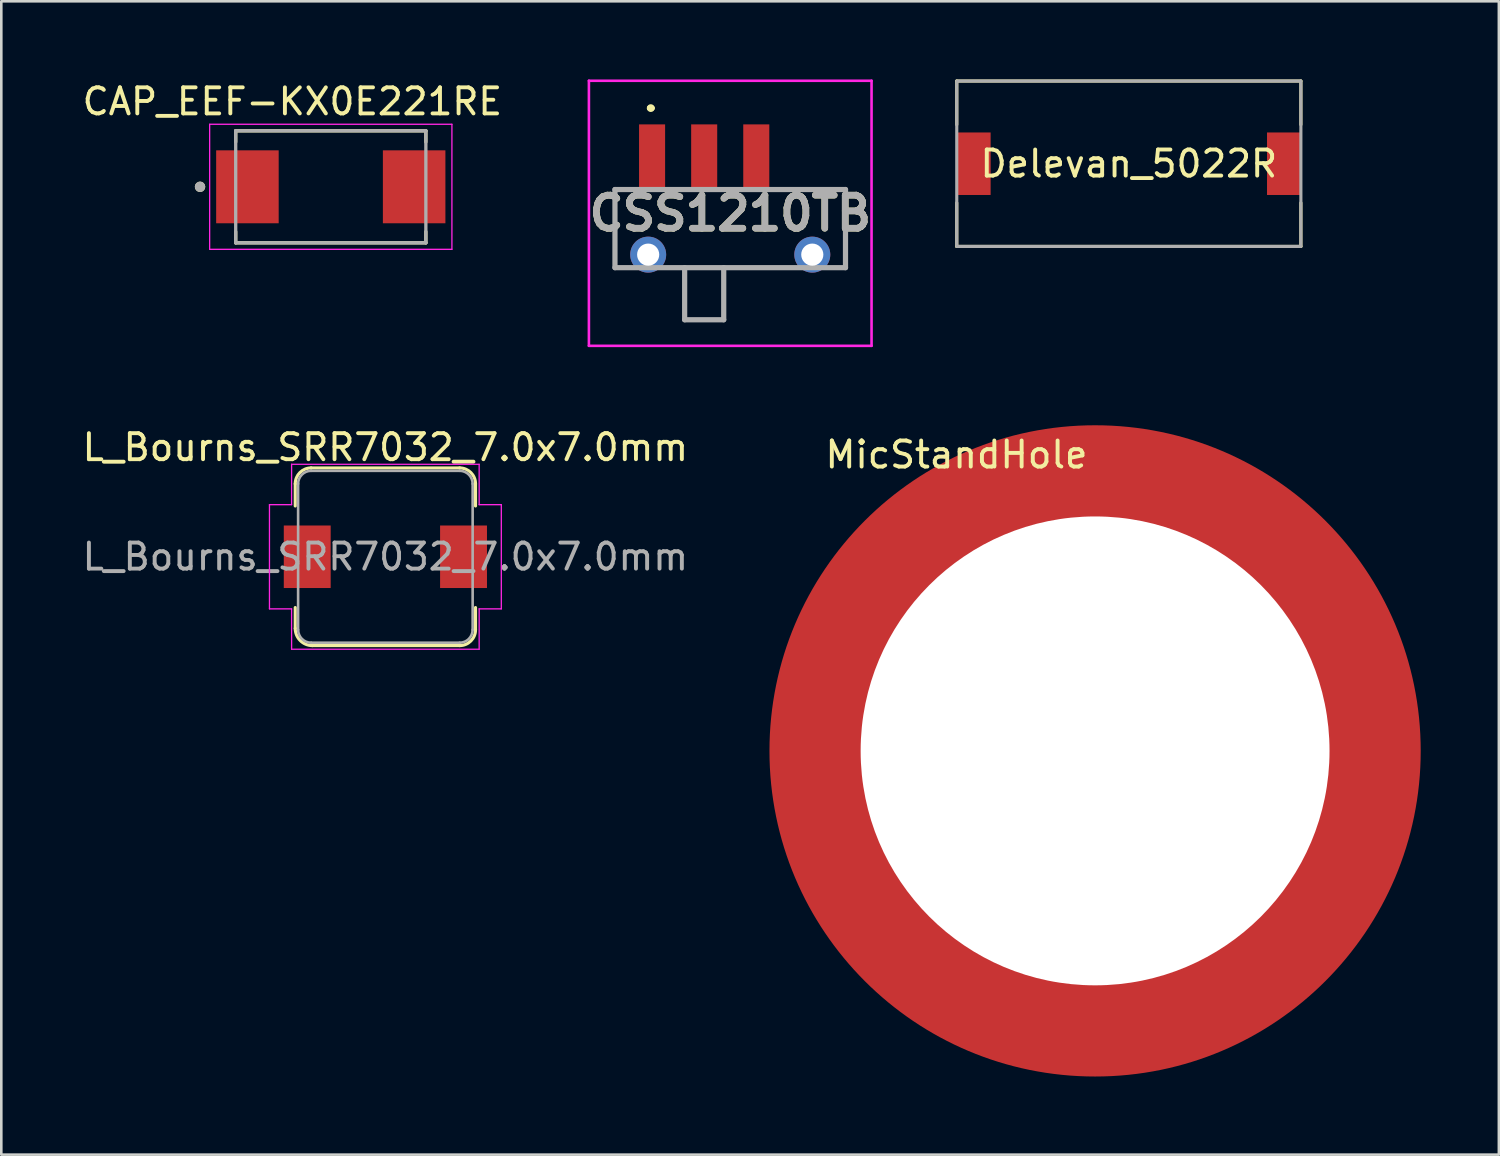
<source format=kicad_pcb>
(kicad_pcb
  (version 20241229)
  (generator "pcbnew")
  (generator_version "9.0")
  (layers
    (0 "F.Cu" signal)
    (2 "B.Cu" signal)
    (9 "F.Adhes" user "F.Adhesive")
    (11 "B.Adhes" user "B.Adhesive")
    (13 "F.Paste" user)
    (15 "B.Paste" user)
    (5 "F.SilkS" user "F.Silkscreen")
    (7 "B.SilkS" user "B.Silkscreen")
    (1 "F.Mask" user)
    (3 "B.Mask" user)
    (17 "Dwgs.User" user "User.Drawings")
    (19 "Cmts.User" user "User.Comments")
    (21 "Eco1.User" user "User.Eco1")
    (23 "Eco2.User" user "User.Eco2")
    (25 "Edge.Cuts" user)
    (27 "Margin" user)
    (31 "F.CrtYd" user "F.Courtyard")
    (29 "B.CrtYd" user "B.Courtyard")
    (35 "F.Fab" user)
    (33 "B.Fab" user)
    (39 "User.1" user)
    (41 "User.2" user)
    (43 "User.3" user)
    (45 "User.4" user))
  (footprint "L_Bourns_SRR7032_7.0x7.0mm"
    (layer "F.Cu")
    (at 11.744 18.323)
    (property "Reference" "L_Bourns_SRR7032_7.0x7.0mm" (at 0 -4.2 0) (layer "F.SilkS") (effects (font (size 1 1) (thickness 0.15))))
    (attr smd)
    (fp_line (start -3.46 -1.95) (end -3.46 -2.8) (stroke (width 0.12) (type solid)) (layer "F.SilkS"))
    (fp_line (start -3.46 2.75) (end -3.46 1.95) (stroke (width 0.12) (type solid)) (layer "F.SilkS"))
    (fp_line (start -2.85 -3.41) (end 2.85 -3.41) (stroke (width 0.12) (type solid)) (layer "F.SilkS"))
    (fp_line (start 2.85 3.41) (end -2.8 3.41) (stroke (width 0.12) (type solid)) (layer "F.SilkS"))
    (fp_line (start 3.46 -2.8) (end 3.46 -1.95) (stroke (width 0.12) (type solid)) (layer "F.SilkS"))
    (fp_line (start 3.46 1.95) (end 3.46 2.8) (stroke (width 0.12) (type solid)) (layer "F.SilkS"))
    (fp_arc (start -3.46 -2.8) (mid -3.281335 -3.231335) (end -2.85 -3.41) (stroke (width 0.12) (type solid)) (layer "F.SilkS"))
    (fp_arc (start -2.8 3.41) (mid -3.26669 3.21669) (end -3.46 2.75) (stroke (width 0.12) (type solid)) (layer "F.SilkS"))
    (fp_arc (start 2.85 -3.41) (mid 3.281335 -3.231335) (end 3.46 -2.8) (stroke (width 0.12) (type solid)) (layer "F.SilkS"))
    (fp_arc (start 3.46 2.8) (mid 3.281335 3.231335) (end 2.85 3.41) (stroke (width 0.12) (type solid)) (layer "F.SilkS"))
    (fp_line (start -4.45 -2) (end -3.6 -2) (stroke (width 0.05) (type solid)) (layer "F.CrtYd"))
    (fp_line (start -4.45 2) (end -4.45 -2) (stroke (width 0.05) (type solid)) (layer "F.CrtYd"))
    (fp_line (start -3.6 -3.55) (end 3.6 -3.55) (stroke (width 0.05) (type solid)) (layer "F.CrtYd"))
    (fp_line (start -3.6 -2) (end -3.6 -3.55) (stroke (width 0.05) (type solid)) (layer "F.CrtYd"))
    (fp_line (start -3.6 2) (end -4.45 2) (stroke (width 0.05) (type solid)) (layer "F.CrtYd"))
    (fp_line (start -3.6 3.55) (end -3.6 2) (stroke (width 0.05) (type solid)) (layer "F.CrtYd"))
    (fp_line (start 3.6 -3.55) (end 3.6 -2) (stroke (width 0.05) (type solid)) (layer "F.CrtYd"))
    (fp_line (start 3.6 -2) (end 4.45 -2) (stroke (width 0.05) (type solid)) (layer "F.CrtYd"))
    (fp_line (start 3.6 2) (end 3.6 3.55) (stroke (width 0.05) (type solid)) (layer "F.CrtYd"))
    (fp_line (start 3.6 3.55) (end -3.6 3.55) (stroke (width 0.05) (type solid)) (layer "F.CrtYd"))
    (fp_line (start 4.45 -2) (end 4.45 2) (stroke (width 0.05) (type solid)) (layer "F.CrtYd"))
    (fp_line (start 4.45 2) (end 3.6 2) (stroke (width 0.05) (type solid)) (layer "F.CrtYd"))
    (fp_line (start -3.35 2.8) (end -3.35 -2.8) (stroke (width 0.1) (type solid)) (layer "F.Fab"))
    (fp_line (start -2.85 -3.3) (end 2.85 -3.3) (stroke (width 0.1) (type solid)) (layer "F.Fab"))
    (fp_line (start 2.85 3.3) (end -2.85 3.3) (stroke (width 0.1) (type solid)) (layer "F.Fab"))
    (fp_line (start 3.35 -2.8) (end 3.35 2.8) (stroke (width 0.1) (type solid)) (layer "F.Fab"))
    (fp_arc (start -3.35 -2.8) (mid -3.203553 -3.153553) (end -2.85 -3.3) (stroke (width 0.1) (type solid)) (layer "F.Fab"))
    (fp_arc (start -2.85 3.3) (mid -3.203553 3.153553) (end -3.35 2.8) (stroke (width 0.1) (type solid)) (layer "F.Fab"))
    (fp_arc (start 2.85 -3.3) (mid 3.203553 -3.153553) (end 3.35 -2.8) (stroke (width 0.1) (type solid)) (layer "F.Fab"))
    (fp_arc (start 3.35 2.8) (mid 3.203553 3.153553) (end 2.85 3.3) (stroke (width 0.1) (type solid)) (layer "F.Fab"))
    (fp_text user "${REFERENCE}" (at 0 0 0) (layer "F.Fab") (effects (font (size 1 1) (thickness 0.15))))
    (pad "2" smd rect (at -3 0 270) (size 2.4 1.8) (layers "F.Cu" "F.Mask" "F.Paste"))
    (pad "2" smd rect (at 3 0 270) (size 2.4 1.8) (layers "F.Cu" "F.Mask" "F.Paste")))
  (footprint "Delevan_5022R"
    (layer "F.Cu")
    (at 40.283 3.235)
    (property "Reference" "Delevan_5022R" (at 0 0 0) (layer "F.SilkS") (effects (font (size 1 1) (thickness 0.15))))
    (attr smd)
    (fp_line (start -6.605 -3.175) (end -6.605 -1.5) (stroke (width 0.12) (type solid)) (layer "F.SilkS"))
    (fp_line (start -6.605 1.5) (end -6.605 3.175) (stroke (width 0.12) (type solid)) (layer "F.SilkS"))
    (fp_line (start 6.605 -3.175) (end -6.605 -3.175) (stroke (width 0.12) (type solid)) (layer "F.SilkS"))
    (fp_line (start 6.605 -3.175) (end 6.605 -1.5) (stroke (width 0.12) (type solid)) (layer "F.SilkS"))
    (fp_line (start 6.605 1.5) (end 6.605 3.175) (stroke (width 0.12) (type solid)) (layer "F.SilkS"))
    (fp_line (start 6.605 3.175) (end -6.605 3.175) (stroke (width 0.12) (type solid)) (layer "F.SilkS"))
    (fp_rect (start -6.605 -3.175) (end 6.605 3.175) (stroke (width 0.12) (type solid)) (fill no) (layer "F.Fab"))
    (pad "1" smd rect (at -5.955 0 270) (size 2.4 1.3) (layers "F.Cu" "F.Mask" "F.Paste"))
    (pad "2" smd rect (at 5.955 0 270) (size 2.4 1.3) (layers "F.Cu" "F.Mask" "F.Paste")))
  (footprint "CAP_EEF-KX0E221RE"
    (layer "F.Cu")
    (at 9.648 4.121)
    (property "Reference" "CAP_EEF-KX0E221RE" (at -1.475 -3.273 0) (layer "F.SilkS") (effects (font (size 1 1) (thickness 0.15))))
    (attr through_hole)
    (fp_line (start -3.65 -2.15) (end -3.65 -1.72) (stroke (width 0.127) (type solid)) (layer "F.SilkS"))
    (fp_line (start -3.65 2.15) (end -3.65 1.72) (stroke (width 0.127) (type solid)) (layer "F.SilkS"))
    (fp_line (start -3.65 2.15) (end 3.65 2.15) (stroke (width 0.127) (type solid)) (layer "F.SilkS"))
    (fp_line (start 3.65 -2.15) (end -3.65 -2.15) (stroke (width 0.127) (type solid)) (layer "F.SilkS"))
    (fp_line (start 3.65 -1.72) (end 3.65 -2.15) (stroke (width 0.127) (type solid)) (layer "F.SilkS"))
    (fp_line (start 3.65 2.15) (end 3.65 1.72) (stroke (width 0.127) (type solid)) (layer "F.SilkS"))
    (fp_circle (center -5.019 0) (end -4.919 0) (stroke (width 0.2) (type solid)) (fill no) (layer "F.SilkS"))
    (fp_line (start -4.65 -2.4) (end -4.65 2.4) (stroke (width 0.05) (type solid)) (layer "F.CrtYd"))
    (fp_line (start -4.65 2.4) (end 4.65 2.4) (stroke (width 0.05) (type solid)) (layer "F.CrtYd"))
    (fp_line (start 4.65 -2.4) (end -4.65 -2.4) (stroke (width 0.05) (type solid)) (layer "F.CrtYd"))
    (fp_line (start 4.65 2.4) (end 4.65 -2.4) (stroke (width 0.05) (type solid)) (layer "F.CrtYd"))
    (fp_line (start -3.65 -2.15) (end -3.65 2.15) (stroke (width 0.127) (type solid)) (layer "F.Fab"))
    (fp_line (start -3.65 2.15) (end 3.65 2.15) (stroke (width 0.127) (type solid)) (layer "F.Fab"))
    (fp_line (start 3.65 -2.15) (end -3.65 -2.15) (stroke (width 0.127) (type solid)) (layer "F.Fab"))
    (fp_line (start 3.65 2.15) (end 3.65 -2.15) (stroke (width 0.127) (type solid)) (layer "F.Fab"))
    (fp_circle (center -5.019 0) (end -4.919 0) (stroke (width 0.2) (type solid)) (fill no) (layer "F.Fab"))
    (pad "1" smd rect (at -3.2 0) (size 2.4 2.8) (layers "F.Cu" "F.Mask" "F.Paste"))
    (pad "2" smd rect (at 3.2 0) (size 2.4 2.8) (layers "F.Cu" "F.Mask" "F.Paste")))
  (footprint "MicStandHole"
    (layer "F.Cu")
    (at 38.988 25.775)
    (property "Reference" "MicStandHole" (at -5.32 -11.37 0) (unlocked yes) (layer "F.SilkS") (effects (font (size 1 1) (thickness 0.15))))
    (pad "" np_thru_hole circle (at 0 0) (size 25 25) (drill 18) (layers "F.Cu" "F.Mask")))
  (footprint "CSS1210TB"
    (layer "F.Cu")
    (at 24.982 6.1)
    (property "Reference" "CSS1210TB" (at 0 -0.963 180) (layer "F.SilkS") (effects (font (size 1.27 1.27) (thickness 0.254))))
    (attr through_hole)
    (fp_line (start -4.425 -1.875) (end -4.425 1.125) (stroke (width 0.1) (type solid)) (layer "F.SilkS"))
    (fp_line (start -4.425 1.125) (end -4 1.125) (stroke (width 0.1) (type solid)) (layer "F.SilkS"))
    (fp_line (start -4 -1.875) (end -4.425 -1.875) (stroke (width 0.1) (type solid)) (layer "F.SilkS"))
    (fp_line (start -3.1 -5) (end -3.1 -5) (stroke (width 0.2) (type solid)) (layer "F.SilkS"))
    (fp_line (start -3 -5) (end -3 -5) (stroke (width 0.2) (type solid)) (layer "F.SilkS"))
    (fp_line (start -2 1.125) (end 2 1.125) (stroke (width 0.1) (type solid)) (layer "F.SilkS"))
    (fp_line (start -1.75 1.125) (end -1.75 3.125) (stroke (width 0.1) (type solid)) (layer "F.SilkS"))
    (fp_line (start -1.75 3.125) (end -0.25 3.125) (stroke (width 0.1) (type solid)) (layer "F.SilkS"))
    (fp_line (start -0.25 3.125) (end -0.25 1.125) (stroke (width 0.1) (type solid)) (layer "F.SilkS"))
    (fp_line (start 2 -1.875) (end 4.425 -1.875) (stroke (width 0.1) (type solid)) (layer "F.SilkS"))
    (fp_line (start 4.425 -1.875) (end 4.425 1.125) (stroke (width 0.1) (type solid)) (layer "F.SilkS"))
    (fp_line (start 4.425 1.125) (end 4 1.125) (stroke (width 0.1) (type solid)) (layer "F.SilkS"))
    (fp_arc (start -3.1 -5) (mid -3.05 -5.05) (end -3 -5) (stroke (width 0.2) (type solid)) (layer "F.SilkS"))
    (fp_arc (start -3 -5) (mid -3.05 -4.95) (end -3.1 -5) (stroke (width 0.2) (type solid)) (layer "F.SilkS"))
    (fp_line (start -5.425 -6.05) (end 5.425 -6.05) (stroke (width 0.1) (type solid)) (layer "F.CrtYd"))
    (fp_line (start -5.425 4.125) (end -5.425 -6.05) (stroke (width 0.1) (type solid)) (layer "F.CrtYd"))
    (fp_line (start 5.425 -6.05) (end 5.425 4.125) (stroke (width 0.1) (type solid)) (layer "F.CrtYd"))
    (fp_line (start 5.425 4.125) (end -5.425 4.125) (stroke (width 0.1) (type solid)) (layer "F.CrtYd"))
    (fp_line (start -4.425 -1.875) (end 4.425 -1.875) (stroke (width 0.2) (type solid)) (layer "F.Fab"))
    (fp_line (start -4.425 1.125) (end -4.425 -1.875) (stroke (width 0.2) (type solid)) (layer "F.Fab"))
    (fp_line (start -1.75 1.125) (end -1.75 3.125) (stroke (width 0.2) (type solid)) (layer "F.Fab"))
    (fp_line (start -1.75 3.125) (end -0.25 3.125) (stroke (width 0.2) (type solid)) (layer "F.Fab"))
    (fp_line (start -0.25 3.125) (end -0.25 1.125) (stroke (width 0.2) (type solid)) (layer "F.Fab"))
    (fp_line (start 4.425 -1.875) (end 4.425 1.125) (stroke (width 0.2) (type solid)) (layer "F.Fab"))
    (fp_line (start 4.425 1.125) (end -4.425 1.125) (stroke (width 0.2) (type solid)) (layer "F.Fab"))
    (fp_text user "${REFERENCE}" (at 0 -0.963 180) (layer "F.Fab") (effects (font (size 1.27 1.27) (thickness 0.254))))
    (pad "" thru_hole circle (at -3.15 0.625) (size 1.381 1.381) (drill 0.85) (layers "*.Cu" "*.Mask"))
    (pad "" thru_hole circle (at 3.15 0.625) (size 1.381 1.381) (drill 0.85) (layers "*.Cu" "*.Mask"))
    (pad "1" smd rect (at -3 -3.125) (size 1 2.5) (layers "F.Cu" "F.Mask" "F.Paste"))
    (pad "2" smd rect (at -1 -3.125) (size 1 2.5) (layers "F.Cu" "F.Mask" "F.Paste"))
    (pad "3" smd rect (at 1 -3.125) (size 1 2.5) (layers "F.Cu" "F.Mask" "F.Paste")))
  (gr_rect
    (start -3 -3)
    (end 54.488 41.275)
    (stroke (width 0.1) (type default))
    (fill no)
    (layer "Edge.Cuts")))
</source>
